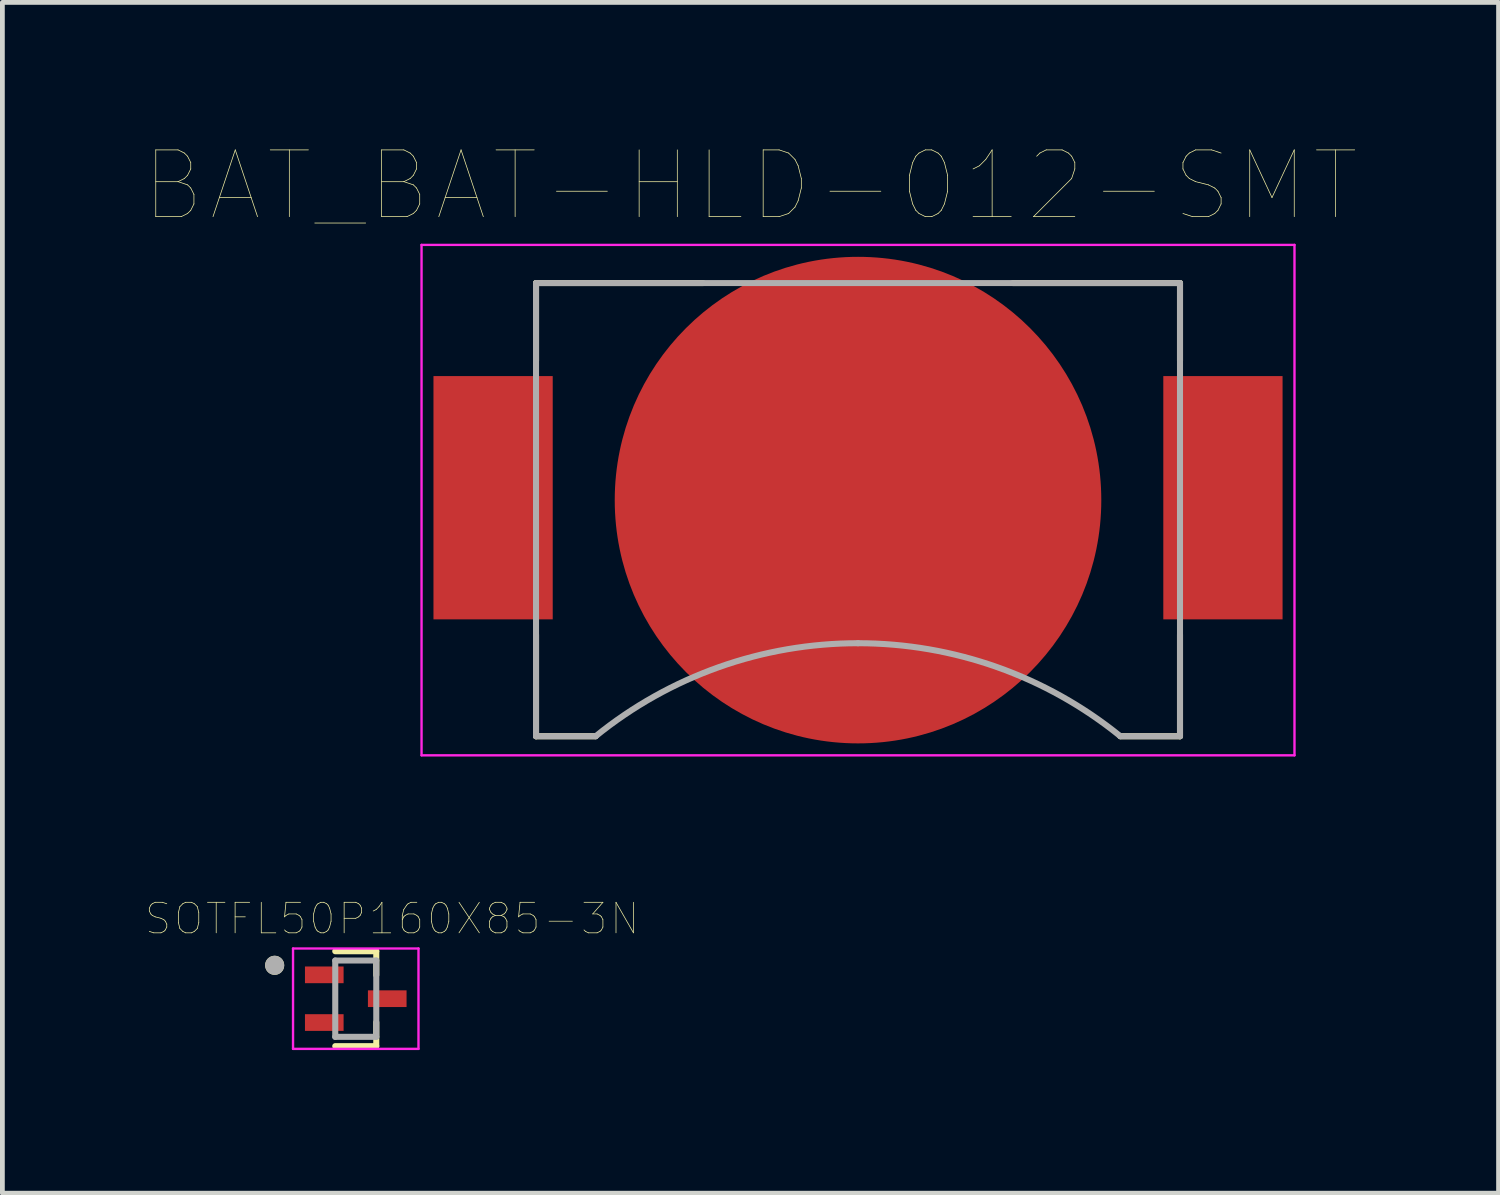
<source format=kicad_pcb>
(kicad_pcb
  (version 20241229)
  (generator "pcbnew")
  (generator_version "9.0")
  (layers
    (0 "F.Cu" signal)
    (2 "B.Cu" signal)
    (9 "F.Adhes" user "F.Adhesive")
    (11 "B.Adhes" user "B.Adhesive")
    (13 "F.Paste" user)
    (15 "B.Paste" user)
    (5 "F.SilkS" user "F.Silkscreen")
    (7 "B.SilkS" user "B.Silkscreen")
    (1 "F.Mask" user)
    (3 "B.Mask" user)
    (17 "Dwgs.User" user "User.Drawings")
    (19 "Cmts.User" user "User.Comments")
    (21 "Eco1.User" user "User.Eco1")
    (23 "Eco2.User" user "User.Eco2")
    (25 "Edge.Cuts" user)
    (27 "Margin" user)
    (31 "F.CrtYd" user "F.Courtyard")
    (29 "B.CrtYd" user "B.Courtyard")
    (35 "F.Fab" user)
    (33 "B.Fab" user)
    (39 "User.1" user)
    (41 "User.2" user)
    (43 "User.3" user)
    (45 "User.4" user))
  (footprint "BAT_BAT-HLD-012-SMT"
    (layer "F.Cu")
    (at 14.937 7.434)
    (property "Reference" "BAT_BAT-HLD-012-SMT" (at -2.255 -6.589 0) (layer "F.SilkS") (effects (font (size 1.4 1.4) (thickness 0.015))))
    (attr through_hole)
    (fp_line (start -6.75 -4.55) (end -3.25 -4.55) (stroke (width 0.127) (type solid)) (layer "F.SilkS"))
    (fp_line (start -6.75 -2.92) (end -6.75 -4.55) (stroke (width 0.127) (type solid)) (layer "F.SilkS"))
    (fp_line (start -6.75 2.82) (end -6.75 4.95) (stroke (width 0.127) (type solid)) (layer "F.SilkS"))
    (fp_line (start -6.75 4.95) (end -5.5 4.95) (stroke (width 0.127) (type solid)) (layer "F.SilkS"))
    (fp_line (start 3.25 -4.55) (end 6.75 -4.55) (stroke (width 0.127) (type solid)) (layer "F.SilkS"))
    (fp_line (start 5.5 4.95) (end 6.75 4.95) (stroke (width 0.127) (type solid)) (layer "F.SilkS"))
    (fp_line (start 6.75 -4.55) (end 6.75 -2.92) (stroke (width 0.127) (type solid)) (layer "F.SilkS"))
    (fp_line (start 6.75 4.95) (end 6.75 2.82) (stroke (width 0.127) (type solid)) (layer "F.SilkS"))
    (fp_line (start -9.15 -5.35) (end 9.15 -5.35) (stroke (width 0.05) (type solid)) (layer "F.CrtYd"))
    (fp_line (start -9.15 5.35) (end -9.15 -5.35) (stroke (width 0.05) (type solid)) (layer "F.CrtYd"))
    (fp_line (start 9.15 -5.35) (end 9.15 5.35) (stroke (width 0.05) (type solid)) (layer "F.CrtYd"))
    (fp_line (start 9.15 5.35) (end -9.15 5.35) (stroke (width 0.05) (type solid)) (layer "F.CrtYd"))
    (fp_line (start -6.75 -4.55) (end 6.75 -4.55) (stroke (width 0.127) (type solid)) (layer "F.Fab"))
    (fp_line (start -6.75 4.95) (end -6.75 -4.55) (stroke (width 0.127) (type solid)) (layer "F.Fab"))
    (fp_line (start -5.5 4.95) (end -6.75 4.95) (stroke (width 0.127) (type solid)) (layer "F.Fab"))
    (fp_line (start 6.75 -4.55) (end 6.75 4.95) (stroke (width 0.127) (type solid)) (layer "F.Fab"))
    (fp_line (start 6.75 4.95) (end 5.5 4.95) (stroke (width 0.127) (type solid)) (layer "F.Fab"))
    (fp_arc (start -5.5 4.95) (mid -2.917726 3.501926) (end 0 3) (stroke (width 0.127) (type solid)) (layer "F.Fab"))
    (fp_arc (start 0 3) (mid 2.917726 3.501926) (end 5.5 4.95) (stroke (width 0.127) (type solid)) (layer "F.Fab"))
    (pad "N" smd circle (at 0 0) (size 10.2 10.2) (layers "F.Cu" "F.Mask"))
    (pad "P1" smd rect (at -7.65 -0.05) (size 2.5 5.1) (layers "F.Cu" "F.Mask" "F.Paste"))
    (pad "P2" smd rect (at 7.65 -0.05) (size 2.5 5.1) (layers "F.Cu" "F.Mask" "F.Paste")))
  (footprint "SOTFL50P160X85-3N"
    (layer "F.Cu")
    (at 4.408 17.886)
    (property "Reference" "SOTFL50P160X85-3N" (at 0.762 -1.676 0) (layer "F.SilkS") (effects (font (size 0.64 0.64) (thickness 0.015))))
    (attr through_hole)
    (fp_line (start 0.43 -0.995) (end -0.43 -0.995) (stroke (width 0.127) (type solid)) (layer "F.SilkS"))
    (fp_line (start 0.43 -0.495) (end 0.43 -0.995) (stroke (width 0.127) (type solid)) (layer "F.SilkS"))
    (fp_line (start 0.43 0.495) (end 0.43 0.995) (stroke (width 0.127) (type solid)) (layer "F.SilkS"))
    (fp_line (start 0.43 0.995) (end -0.43 0.995) (stroke (width 0.127) (type solid)) (layer "F.SilkS"))
    (fp_circle (center -1.7 -0.7) (end -1.6 -0.7) (stroke (width 0.2) (type solid)) (fill no) (layer "F.SilkS"))
    (fp_line (start -1.315 -1.052) (end 1.315 -1.052) (stroke (width 0.05) (type solid)) (layer "F.CrtYd"))
    (fp_line (start -1.315 1.052) (end -1.315 -1.052) (stroke (width 0.05) (type solid)) (layer "F.CrtYd"))
    (fp_line (start 1.315 -1.052) (end 1.315 1.052) (stroke (width 0.05) (type solid)) (layer "F.CrtYd"))
    (fp_line (start 1.315 1.052) (end -1.315 1.052) (stroke (width 0.05) (type solid)) (layer "F.CrtYd"))
    (fp_line (start -0.43 -0.8) (end 0.43 -0.8) (stroke (width 0.127) (type solid)) (layer "F.Fab"))
    (fp_line (start -0.43 0.8) (end -0.43 -0.8) (stroke (width 0.127) (type solid)) (layer "F.Fab"))
    (fp_line (start 0.43 -0.8) (end 0.43 0.8) (stroke (width 0.127) (type solid)) (layer "F.Fab"))
    (fp_line (start 0.43 0.8) (end -0.43 0.8) (stroke (width 0.127) (type solid)) (layer "F.Fab"))
    (fp_circle (center -1.7 -0.7) (end -1.6 -0.7) (stroke (width 0.2) (type solid)) (fill no) (layer "F.Fab"))
    (pad "1" smd rect (at -0.66 -0.5) (size 0.81 0.35) (layers "F.Cu" "F.Mask" "F.Paste"))
    (pad "2" smd rect (at -0.66 0.5) (size 0.81 0.35) (layers "F.Cu" "F.Mask" "F.Paste"))
    (pad "3" smd rect (at 0.66 0) (size 0.81 0.35) (layers "F.Cu" "F.Mask" "F.Paste")))
  (gr_rect
    (start -3 -3)
    (end 28.365 21.964)
    (stroke (width 0.1) (type default))
    (fill no)
    (layer "Edge.Cuts")))
</source>
